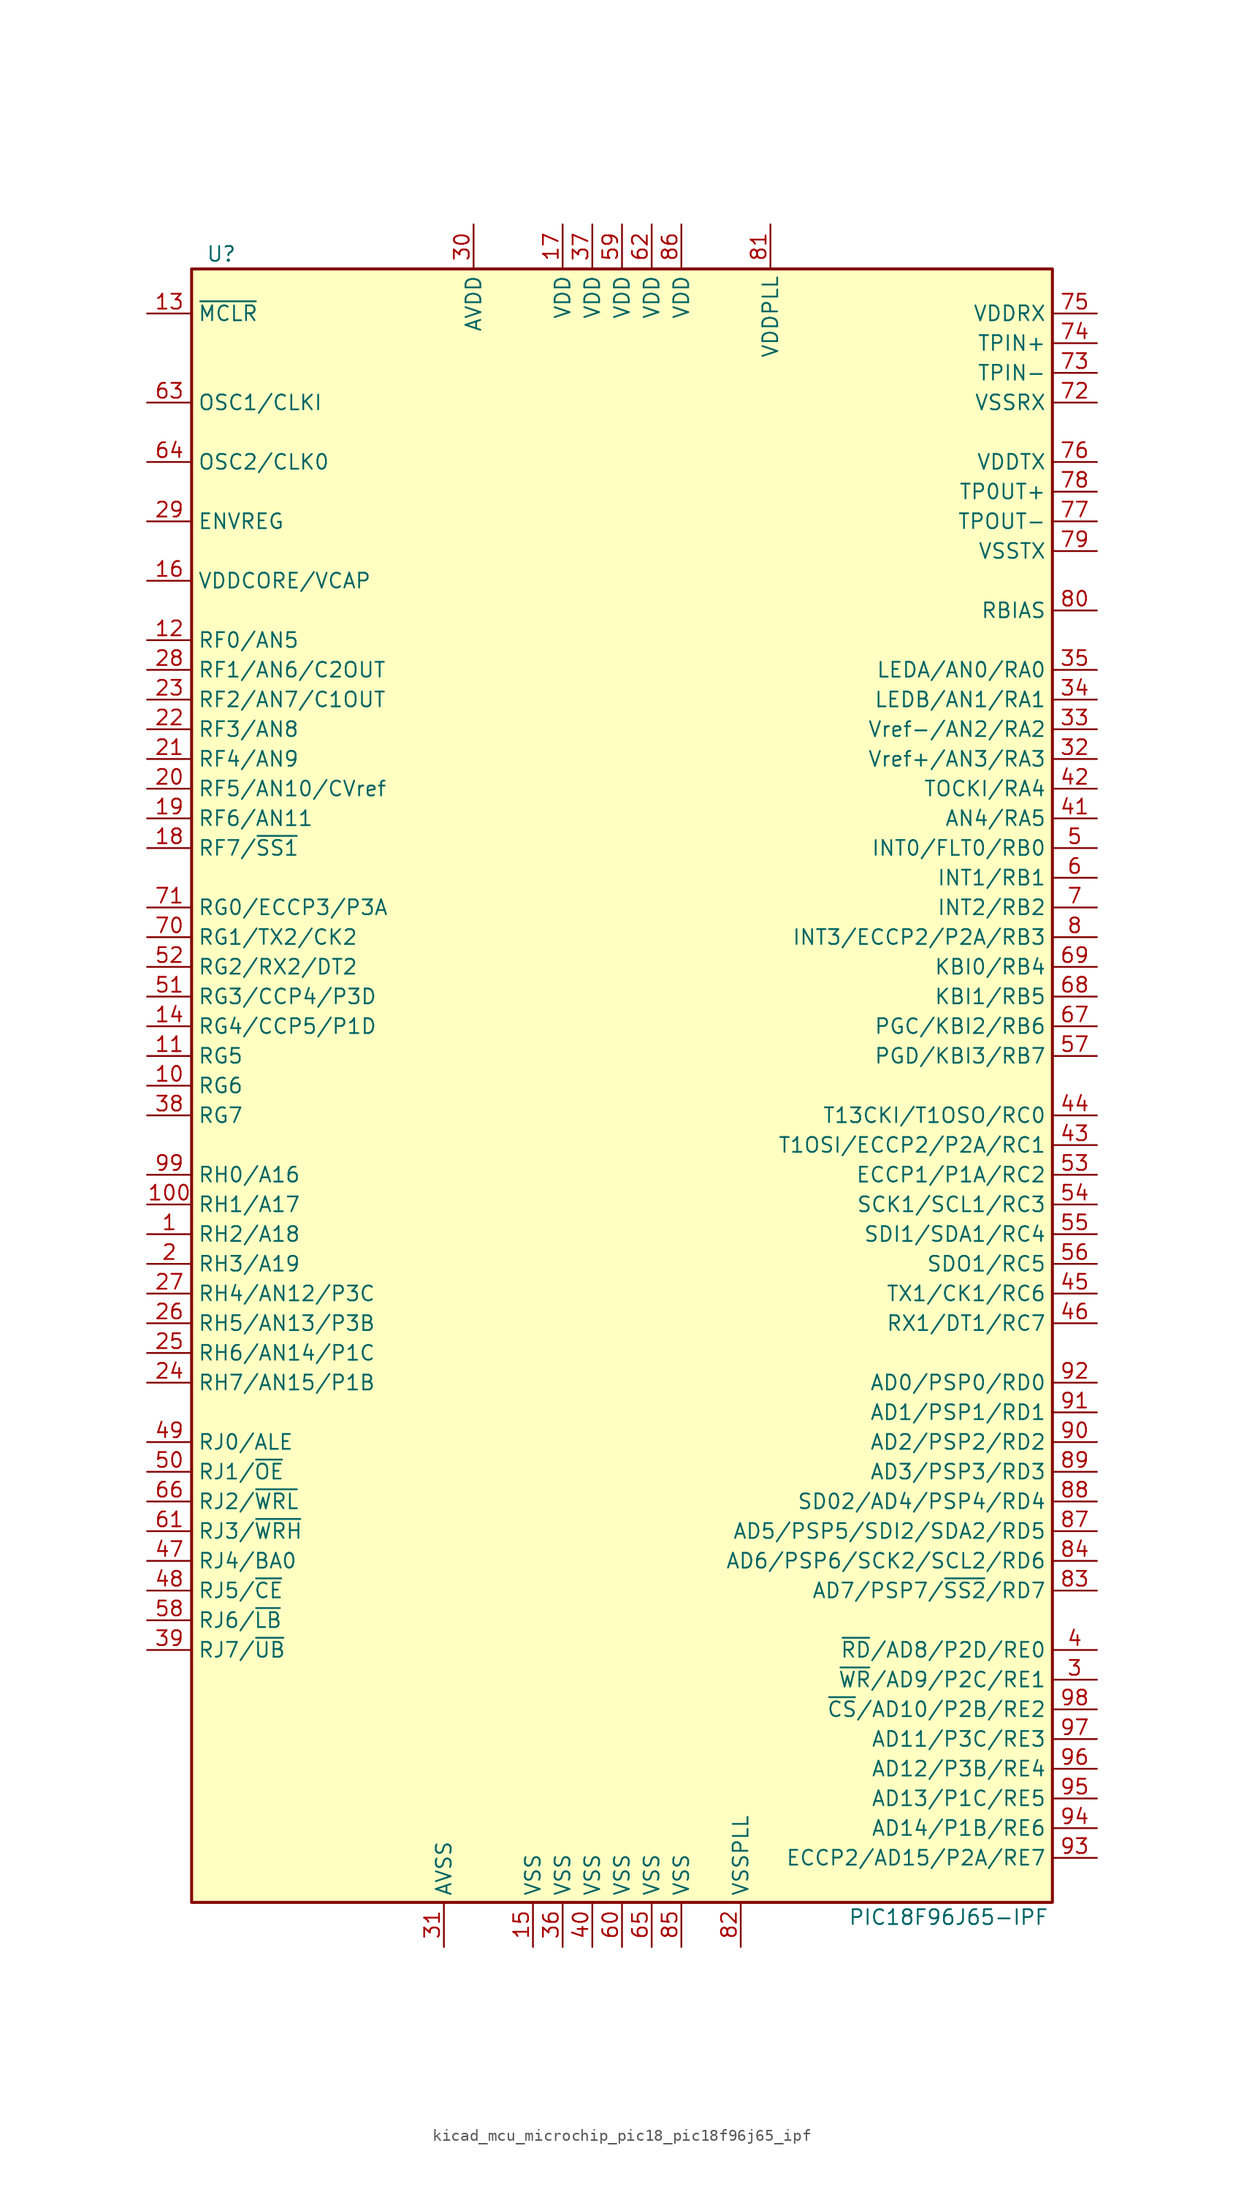
<source format=kicad_sym>
(kicad_symbol_lib
  (version 20220914)
  (generator kicad_symbol_editor)
  (symbol "kicad_mcu_microchip_pic18_pic18f96j65_ipf"
    (property "Reference" "U"
      (at -34.29 71.12 0)
      (effects (font (size 1.27 1.27))))
    (property "Value" "PIC18F96J65-IPF"
      (at 27.94 -71.12 0)
      (effects (font (size 1.27 1.27))))
    (symbol "kicad_mcu_microchip_pic18_pic18f96j65_ipf_0_1"
      (rectangle (start -36.83 69.85) (end 36.83 -69.85) (stroke (width 0.254) (type default)) (fill (type background))))
    (symbol "kicad_mcu_microchip_pic18_pic18f96j65_ipf_1_1"
      (pin bidirectional line (at -40.64 -12.7 0) (length 3.81) (name "RH2/A18" (effects (font (size 1.27 1.27)))) (number "1" (effects (font (size 1.27 1.27)))))
      (pin bidirectional line (at -40.64 0 0) (length 3.81) (name "RG6" (effects (font (size 1.27 1.27)))) (number "10" (effects (font (size 1.27 1.27)))))
      (pin bidirectional line (at -40.64 -10.16 0) (length 3.81) (name "RH1/A17" (effects (font (size 1.27 1.27)))) (number "100" (effects (font (size 1.27 1.27)))))
      (pin bidirectional line (at -40.64 2.54 0) (length 3.81) (name "RG5" (effects (font (size 1.27 1.27)))) (number "11" (effects (font (size 1.27 1.27)))))
      (pin bidirectional line (at -40.64 38.1 0) (length 3.81) (name "RF0/AN5" (effects (font (size 1.27 1.27)))) (number "12" (effects (font (size 1.27 1.27)))))
      (pin input line (at -40.64 66.04 0) (length 3.81) (name "~{MCLR}" (effects (font (size 1.27 1.27)))) (number "13" (effects (font (size 1.27 1.27)))))
      (pin bidirectional line (at -40.64 5.08 0) (length 3.81) (name "RG4/CCP5/P1D" (effects (font (size 1.27 1.27)))) (number "14" (effects (font (size 1.27 1.27)))))
      (pin power_in line (at -7.62 -73.66 90) (length 3.81) (name "VSS" (effects (font (size 1.27 1.27)))) (number "15" (effects (font (size 1.27 1.27)))))
      (pin passive line (at -40.64 43.18 0) (length 3.81) (name "VDDCORE/VCAP" (effects (font (size 1.27 1.27)))) (number "16" (effects (font (size 1.27 1.27)))))
      (pin power_in line (at -5.08 73.66 270) (length 3.81) (name "VDD" (effects (font (size 1.27 1.27)))) (number "17" (effects (font (size 1.27 1.27)))))
      (pin bidirectional line (at -40.64 20.32 0) (length 3.81) (name "RF7/~{SS1}" (effects (font (size 1.27 1.27)))) (number "18" (effects (font (size 1.27 1.27)))))
      (pin bidirectional line (at -40.64 22.86 0) (length 3.81) (name "RF6/AN11" (effects (font (size 1.27 1.27)))) (number "19" (effects (font (size 1.27 1.27)))))
      (pin bidirectional line (at -40.64 -15.24 0) (length 3.81) (name "RH3/A19" (effects (font (size 1.27 1.27)))) (number "2" (effects (font (size 1.27 1.27)))))
      (pin bidirectional line (at -40.64 25.4 0) (length 3.81) (name "RF5/AN10/CVref" (effects (font (size 1.27 1.27)))) (number "20" (effects (font (size 1.27 1.27)))))
      (pin bidirectional line (at -40.64 27.94 0) (length 3.81) (name "RF4/AN9" (effects (font (size 1.27 1.27)))) (number "21" (effects (font (size 1.27 1.27)))))
      (pin bidirectional line (at -40.64 30.48 0) (length 3.81) (name "RF3/AN8" (effects (font (size 1.27 1.27)))) (number "22" (effects (font (size 1.27 1.27)))))
      (pin bidirectional line (at -40.64 33.02 0) (length 3.81) (name "RF2/AN7/C1OUT" (effects (font (size 1.27 1.27)))) (number "23" (effects (font (size 1.27 1.27)))))
      (pin bidirectional line (at -40.64 -25.4 0) (length 3.81) (name "RH7/AN15/P1B" (effects (font (size 1.27 1.27)))) (number "24" (effects (font (size 1.27 1.27)))))
      (pin bidirectional line (at -40.64 -22.86 0) (length 3.81) (name "RH6/AN14/P1C" (effects (font (size 1.27 1.27)))) (number "25" (effects (font (size 1.27 1.27)))))
      (pin bidirectional line (at -40.64 -20.32 0) (length 3.81) (name "RH5/AN13/P3B" (effects (font (size 1.27 1.27)))) (number "26" (effects (font (size 1.27 1.27)))))
      (pin bidirectional line (at -40.64 -17.78 0) (length 3.81) (name "RH4/AN12/P3C" (effects (font (size 1.27 1.27)))) (number "27" (effects (font (size 1.27 1.27)))))
      (pin bidirectional line (at -40.64 35.56 0) (length 3.81) (name "RF1/AN6/C2OUT" (effects (font (size 1.27 1.27)))) (number "28" (effects (font (size 1.27 1.27)))))
      (pin passive line (at -40.64 48.26 0) (length 3.81) (name "ENVREG" (effects (font (size 1.27 1.27)))) (number "29" (effects (font (size 1.27 1.27)))))
      (pin bidirectional line (at 40.64 -50.8 180) (length 3.81) (name "~{WR}/AD9/P2C/RE1" (effects (font (size 1.27 1.27)))) (number "3" (effects (font (size 1.27 1.27)))))
      (pin power_in line (at -12.7 73.66 270) (length 3.81) (name "AVDD" (effects (font (size 1.27 1.27)))) (number "30" (effects (font (size 1.27 1.27)))))
      (pin power_in line (at -15.24 -73.66 90) (length 3.81) (name "AVSS" (effects (font (size 1.27 1.27)))) (number "31" (effects (font (size 1.27 1.27)))))
      (pin bidirectional line (at 40.64 27.94 180) (length 3.81) (name "Vref+/AN3/RA3" (effects (font (size 1.27 1.27)))) (number "32" (effects (font (size 1.27 1.27)))))
      (pin bidirectional line (at 40.64 30.48 180) (length 3.81) (name "Vref-/AN2/RA2" (effects (font (size 1.27 1.27)))) (number "33" (effects (font (size 1.27 1.27)))))
      (pin bidirectional line (at 40.64 33.02 180) (length 3.81) (name "LEDB/AN1/RA1" (effects (font (size 1.27 1.27)))) (number "34" (effects (font (size 1.27 1.27)))))
      (pin bidirectional line (at 40.64 35.56 180) (length 3.81) (name "LEDA/AN0/RA0" (effects (font (size 1.27 1.27)))) (number "35" (effects (font (size 1.27 1.27)))))
      (pin power_in line (at -5.08 -73.66 90) (length 3.81) (name "VSS" (effects (font (size 1.27 1.27)))) (number "36" (effects (font (size 1.27 1.27)))))
      (pin power_in line (at -2.54 73.66 270) (length 3.81) (name "VDD" (effects (font (size 1.27 1.27)))) (number "37" (effects (font (size 1.27 1.27)))))
      (pin bidirectional line (at -40.64 -2.54 0) (length 3.81) (name "RG7" (effects (font (size 1.27 1.27)))) (number "38" (effects (font (size 1.27 1.27)))))
      (pin bidirectional line (at -40.64 -48.26 0) (length 3.81) (name "RJ7/~{UB}" (effects (font (size 1.27 1.27)))) (number "39" (effects (font (size 1.27 1.27)))))
      (pin bidirectional line (at 40.64 -48.26 180) (length 3.81) (name "~{RD}/AD8/P2D/RE0" (effects (font (size 1.27 1.27)))) (number "4" (effects (font (size 1.27 1.27)))))
      (pin power_in line (at -2.54 -73.66 90) (length 3.81) (name "VSS" (effects (font (size 1.27 1.27)))) (number "40" (effects (font (size 1.27 1.27)))))
      (pin bidirectional line (at 40.64 22.86 180) (length 3.81) (name "AN4/RA5" (effects (font (size 1.27 1.27)))) (number "41" (effects (font (size 1.27 1.27)))))
      (pin bidirectional line (at 40.64 25.4 180) (length 3.81) (name "TOCKI/RA4" (effects (font (size 1.27 1.27)))) (number "42" (effects (font (size 1.27 1.27)))))
      (pin bidirectional line (at 40.64 -5.08 180) (length 3.81) (name "T1OSI/ECCP2/P2A/RC1" (effects (font (size 1.27 1.27)))) (number "43" (effects (font (size 1.27 1.27)))))
      (pin bidirectional line (at 40.64 -2.54 180) (length 3.81) (name "T13CKI/T1OSO/RC0" (effects (font (size 1.27 1.27)))) (number "44" (effects (font (size 1.27 1.27)))))
      (pin bidirectional line (at 40.64 -17.78 180) (length 3.81) (name "TX1/CK1/RC6" (effects (font (size 1.27 1.27)))) (number "45" (effects (font (size 1.27 1.27)))))
      (pin bidirectional line (at 40.64 -20.32 180) (length 3.81) (name "RX1/DT1/RC7" (effects (font (size 1.27 1.27)))) (number "46" (effects (font (size 1.27 1.27)))))
      (pin bidirectional line (at -40.64 -40.64 0) (length 3.81) (name "RJ4/BA0" (effects (font (size 1.27 1.27)))) (number "47" (effects (font (size 1.27 1.27)))))
      (pin bidirectional line (at -40.64 -43.18 0) (length 3.81) (name "RJ5/~{CE}" (effects (font (size 1.27 1.27)))) (number "48" (effects (font (size 1.27 1.27)))))
      (pin bidirectional line (at -40.64 -30.48 0) (length 3.81) (name "RJ0/ALE" (effects (font (size 1.27 1.27)))) (number "49" (effects (font (size 1.27 1.27)))))
      (pin bidirectional line (at 40.64 20.32 180) (length 3.81) (name "INT0/FLT0/RB0" (effects (font (size 1.27 1.27)))) (number "5" (effects (font (size 1.27 1.27)))))
      (pin bidirectional line (at -40.64 -33.02 0) (length 3.81) (name "RJ1/~{OE}" (effects (font (size 1.27 1.27)))) (number "50" (effects (font (size 1.27 1.27)))))
      (pin bidirectional line (at -40.64 7.62 0) (length 3.81) (name "RG3/CCP4/P3D" (effects (font (size 1.27 1.27)))) (number "51" (effects (font (size 1.27 1.27)))))
      (pin bidirectional line (at -40.64 10.16 0) (length 3.81) (name "RG2/RX2/DT2" (effects (font (size 1.27 1.27)))) (number "52" (effects (font (size 1.27 1.27)))))
      (pin bidirectional line (at 40.64 -7.62 180) (length 3.81) (name "ECCP1/P1A/RC2" (effects (font (size 1.27 1.27)))) (number "53" (effects (font (size 1.27 1.27)))))
      (pin bidirectional line (at 40.64 -10.16 180) (length 3.81) (name "SCK1/SCL1/RC3" (effects (font (size 1.27 1.27)))) (number "54" (effects (font (size 1.27 1.27)))))
      (pin bidirectional line (at 40.64 -12.7 180) (length 3.81) (name "SDI1/SDA1/RC4" (effects (font (size 1.27 1.27)))) (number "55" (effects (font (size 1.27 1.27)))))
      (pin bidirectional line (at 40.64 -15.24 180) (length 3.81) (name "SDO1/RC5" (effects (font (size 1.27 1.27)))) (number "56" (effects (font (size 1.27 1.27)))))
      (pin bidirectional line (at 40.64 2.54 180) (length 3.81) (name "PGD/KBI3/RB7" (effects (font (size 1.27 1.27)))) (number "57" (effects (font (size 1.27 1.27)))))
      (pin bidirectional line (at -40.64 -45.72 0) (length 3.81) (name "RJ6/~{LB}" (effects (font (size 1.27 1.27)))) (number "58" (effects (font (size 1.27 1.27)))))
      (pin power_in line (at 0 73.66 270) (length 3.81) (name "VDD" (effects (font (size 1.27 1.27)))) (number "59" (effects (font (size 1.27 1.27)))))
      (pin bidirectional line (at 40.64 17.78 180) (length 3.81) (name "INT1/RB1" (effects (font (size 1.27 1.27)))) (number "6" (effects (font (size 1.27 1.27)))))
      (pin power_in line (at 0 -73.66 90) (length 3.81) (name "VSS" (effects (font (size 1.27 1.27)))) (number "60" (effects (font (size 1.27 1.27)))))
      (pin bidirectional line (at -40.64 -38.1 0) (length 3.81) (name "RJ3/~{WRH}" (effects (font (size 1.27 1.27)))) (number "61" (effects (font (size 1.27 1.27)))))
      (pin power_in line (at 2.54 73.66 270) (length 3.81) (name "VDD" (effects (font (size 1.27 1.27)))) (number "62" (effects (font (size 1.27 1.27)))))
      (pin input line (at -40.64 58.42 0) (length 3.81) (name "OSC1/CLKI" (effects (font (size 1.27 1.27)))) (number "63" (effects (font (size 1.27 1.27)))))
      (pin output line (at -40.64 53.34 0) (length 3.81) (name "OSC2/CLK0" (effects (font (size 1.27 1.27)))) (number "64" (effects (font (size 1.27 1.27)))))
      (pin power_in line (at 2.54 -73.66 90) (length 3.81) (name "VSS" (effects (font (size 1.27 1.27)))) (number "65" (effects (font (size 1.27 1.27)))))
      (pin bidirectional line (at -40.64 -35.56 0) (length 3.81) (name "RJ2/~{WRL}" (effects (font (size 1.27 1.27)))) (number "66" (effects (font (size 1.27 1.27)))))
      (pin bidirectional line (at 40.64 5.08 180) (length 3.81) (name "PGC/KBI2/RB6" (effects (font (size 1.27 1.27)))) (number "67" (effects (font (size 1.27 1.27)))))
      (pin bidirectional line (at 40.64 7.62 180) (length 3.81) (name "KBI1/RB5" (effects (font (size 1.27 1.27)))) (number "68" (effects (font (size 1.27 1.27)))))
      (pin bidirectional line (at 40.64 10.16 180) (length 3.81) (name "KBI0/RB4" (effects (font (size 1.27 1.27)))) (number "69" (effects (font (size 1.27 1.27)))))
      (pin bidirectional line (at 40.64 15.24 180) (length 3.81) (name "INT2/RB2" (effects (font (size 1.27 1.27)))) (number "7" (effects (font (size 1.27 1.27)))))
      (pin bidirectional line (at -40.64 12.7 0) (length 3.81) (name "RG1/TX2/CK2" (effects (font (size 1.27 1.27)))) (number "70" (effects (font (size 1.27 1.27)))))
      (pin bidirectional line (at -40.64 15.24 0) (length 3.81) (name "RG0/ECCP3/P3A" (effects (font (size 1.27 1.27)))) (number "71" (effects (font (size 1.27 1.27)))))
      (pin power_in line (at 40.64 58.42 180) (length 3.81) (name "VSSRX" (effects (font (size 1.27 1.27)))) (number "72" (effects (font (size 1.27 1.27)))))
      (pin passive line (at 40.64 60.96 180) (length 3.81) (name "TPIN-" (effects (font (size 1.27 1.27)))) (number "73" (effects (font (size 1.27 1.27)))))
      (pin passive line (at 40.64 63.5 180) (length 3.81) (name "TPIN+" (effects (font (size 1.27 1.27)))) (number "74" (effects (font (size 1.27 1.27)))))
      (pin power_in line (at 40.64 66.04 180) (length 3.81) (name "VDDRX" (effects (font (size 1.27 1.27)))) (number "75" (effects (font (size 1.27 1.27)))))
      (pin power_in line (at 40.64 53.34 180) (length 3.81) (name "VDDTX" (effects (font (size 1.27 1.27)))) (number "76" (effects (font (size 1.27 1.27)))))
      (pin passive line (at 40.64 48.26 180) (length 3.81) (name "TPOUT-" (effects (font (size 1.27 1.27)))) (number "77" (effects (font (size 1.27 1.27)))))
      (pin passive line (at 40.64 50.8 180) (length 3.81) (name "TP0UT+" (effects (font (size 1.27 1.27)))) (number "78" (effects (font (size 1.27 1.27)))))
      (pin power_in line (at 40.64 45.72 180) (length 3.81) (name "VSSTX" (effects (font (size 1.27 1.27)))) (number "79" (effects (font (size 1.27 1.27)))))
      (pin bidirectional line (at 40.64 12.7 180) (length 3.81) (name "INT3/ECCP2/P2A/RB3" (effects (font (size 1.27 1.27)))) (number "8" (effects (font (size 1.27 1.27)))))
      (pin passive line (at 40.64 40.64 180) (length 3.81) (name "RBIAS" (effects (font (size 1.27 1.27)))) (number "80" (effects (font (size 1.27 1.27)))))
      (pin power_in line (at 12.7 73.66 270) (length 3.81) (name "VDDPLL" (effects (font (size 1.27 1.27)))) (number "81" (effects (font (size 1.27 1.27)))))
      (pin power_in line (at 10.16 -73.66 90) (length 3.81) (name "VSSPLL" (effects (font (size 1.27 1.27)))) (number "82" (effects (font (size 1.27 1.27)))))
      (pin bidirectional line (at 40.64 -43.18 180) (length 3.81) (name "AD7/PSP7/~{SS2}/RD7" (effects (font (size 1.27 1.27)))) (number "83" (effects (font (size 1.27 1.27)))))
      (pin bidirectional line (at 40.64 -40.64 180) (length 3.81) (name "AD6/PSP6/SCK2/SCL2/RD6" (effects (font (size 1.27 1.27)))) (number "84" (effects (font (size 1.27 1.27)))))
      (pin power_in line (at 5.08 -73.66 90) (length 3.81) (name "VSS" (effects (font (size 1.27 1.27)))) (number "85" (effects (font (size 1.27 1.27)))))
      (pin power_in line (at 5.08 73.66 270) (length 3.81) (name "VDD" (effects (font (size 1.27 1.27)))) (number "86" (effects (font (size 1.27 1.27)))))
      (pin bidirectional line (at 40.64 -38.1 180) (length 3.81) (name "AD5/PSP5/SDI2/SDA2/RD5" (effects (font (size 1.27 1.27)))) (number "87" (effects (font (size 1.27 1.27)))))
      (pin bidirectional line (at 40.64 -35.56 180) (length 3.81) (name "SD02/AD4/PSP4/RD4" (effects (font (size 1.27 1.27)))) (number "88" (effects (font (size 1.27 1.27)))))
      (pin bidirectional line (at 40.64 -33.02 180) (length 3.81) (name "AD3/PSP3/RD3" (effects (font (size 1.27 1.27)))) (number "89" (effects (font (size 1.27 1.27)))))
      (pin no_connect line (at -20.32 -69.85 90) (length 3.81) hide (name "NC" (effects (font (size 1.27 1.27)))) (number "9" (effects (font (size 1.27 1.27)))))
      (pin bidirectional line (at 40.64 -30.48 180) (length 3.81) (name "AD2/PSP2/RD2" (effects (font (size 1.27 1.27)))) (number "90" (effects (font (size 1.27 1.27)))))
      (pin bidirectional line (at 40.64 -27.94 180) (length 3.81) (name "AD1/PSP1/RD1" (effects (font (size 1.27 1.27)))) (number "91" (effects (font (size 1.27 1.27)))))
      (pin bidirectional line (at 40.64 -25.4 180) (length 3.81) (name "AD0/PSP0/RD0" (effects (font (size 1.27 1.27)))) (number "92" (effects (font (size 1.27 1.27)))))
      (pin bidirectional line (at 40.64 -66.04 180) (length 3.81) (name "ECCP2/AD15/P2A/RE7" (effects (font (size 1.27 1.27)))) (number "93" (effects (font (size 1.27 1.27)))))
      (pin bidirectional line (at 40.64 -63.5 180) (length 3.81) (name "AD14/P1B/RE6" (effects (font (size 1.27 1.27)))) (number "94" (effects (font (size 1.27 1.27)))))
      (pin bidirectional line (at 40.64 -60.96 180) (length 3.81) (name "AD13/P1C/RE5" (effects (font (size 1.27 1.27)))) (number "95" (effects (font (size 1.27 1.27)))))
      (pin bidirectional line (at 40.64 -58.42 180) (length 3.81) (name "AD12/P3B/RE4" (effects (font (size 1.27 1.27)))) (number "96" (effects (font (size 1.27 1.27)))))
      (pin bidirectional line (at 40.64 -55.88 180) (length 3.81) (name "AD11/P3C/RE3" (effects (font (size 1.27 1.27)))) (number "97" (effects (font (size 1.27 1.27)))))
      (pin bidirectional line (at 40.64 -53.34 180) (length 3.81) (name "~{CS}/AD10/P2B/RE2" (effects (font (size 1.27 1.27)))) (number "98" (effects (font (size 1.27 1.27)))))
      (pin bidirectional line (at -40.64 -7.62 0) (length 3.81) (name "RH0/A16" (effects (font (size 1.27 1.27)))) (number "99" (effects (font (size 1.27 1.27))))))))
</source>
